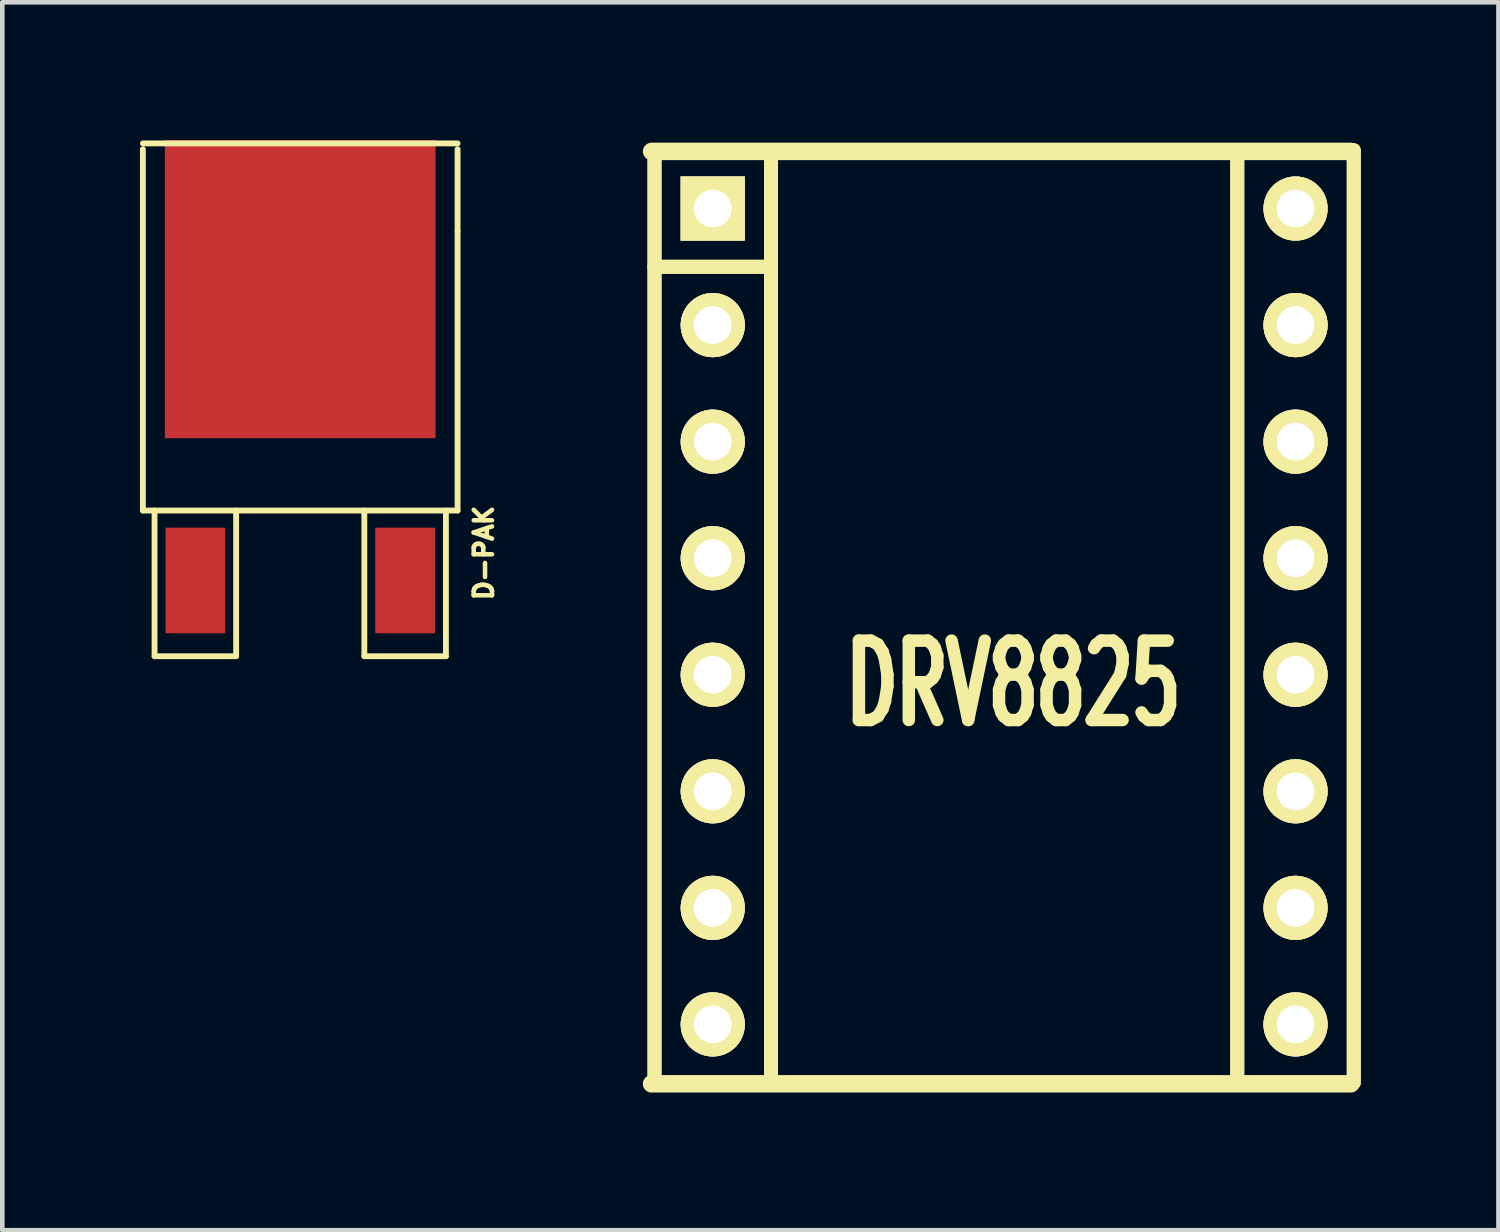
<source format=kicad_pcb>
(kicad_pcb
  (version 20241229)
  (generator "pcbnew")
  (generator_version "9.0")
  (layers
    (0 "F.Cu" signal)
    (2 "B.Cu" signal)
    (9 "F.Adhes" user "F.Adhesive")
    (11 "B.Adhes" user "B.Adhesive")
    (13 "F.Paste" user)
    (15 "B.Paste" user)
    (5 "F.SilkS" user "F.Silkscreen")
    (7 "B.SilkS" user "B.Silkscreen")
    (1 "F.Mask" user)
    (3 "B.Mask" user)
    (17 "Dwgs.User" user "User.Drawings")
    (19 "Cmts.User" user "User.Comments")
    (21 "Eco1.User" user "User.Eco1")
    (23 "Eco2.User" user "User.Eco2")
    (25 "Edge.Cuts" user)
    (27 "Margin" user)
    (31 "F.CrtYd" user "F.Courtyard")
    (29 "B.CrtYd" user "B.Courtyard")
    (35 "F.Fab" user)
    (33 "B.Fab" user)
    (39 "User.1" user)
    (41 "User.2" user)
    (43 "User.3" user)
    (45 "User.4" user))
  (footprint "D-PAK"
    (layer "F.Cu")
    (at 3.493 3.25)
    (property "Reference" "D-PAK" (at 4 5.751 90) (layer "F.SilkS") (effects (font (size 0.399 0.399) (thickness 0.099))))
    (attr smd)
    (fp_line (start -3.429 -3.175) (end 3.429 -3.175) (stroke (width 0.127) (type solid)) (layer "F.SilkS"))
    (fp_line (start -3.429 4.826) (end -3.429 -3.048) (stroke (width 0.127) (type solid)) (layer "F.SilkS"))
    (fp_line (start -3.175 4.826) (end -3.175 8.001) (stroke (width 0.127) (type solid)) (layer "F.SilkS"))
    (fp_line (start -3.175 8.001) (end -1.397 8.001) (stroke (width 0.127) (type solid)) (layer "F.SilkS"))
    (fp_line (start -1.397 8.001) (end -1.397 4.826) (stroke (width 0.127) (type solid)) (layer "F.SilkS"))
    (fp_line (start 1.397 4.826) (end 1.397 8.001) (stroke (width 0.127) (type solid)) (layer "F.SilkS"))
    (fp_line (start 1.397 8.001) (end 3.175 8.001) (stroke (width 0.127) (type solid)) (layer "F.SilkS"))
    (fp_line (start 3.175 8.001) (end 3.175 4.826) (stroke (width 0.127) (type solid)) (layer "F.SilkS"))
    (fp_line (start 3.429 -3.048) (end 3.429 -1.27) (stroke (width 0.127) (type solid)) (layer "F.SilkS"))
    (fp_line (start 3.429 -1.27) (end 3.429 4.826) (stroke (width 0.127) (type solid)) (layer "F.SilkS"))
    (fp_line (start 3.429 4.826) (end -3.429 4.826) (stroke (width 0.127) (type solid)) (layer "F.SilkS"))
    (pad "D" smd rect (at 0 0) (size 5.9 6.5) (layers "F.Cu" "F.Mask" "F.Paste"))
    (pad "G" smd rect (at -2.286 6.35) (size 1.3 2.301) (layers "F.Cu" "F.Mask" "F.Paste"))
    (pad "S" smd rect (at 2.286 6.35) (size 1.3 2.301) (layers "F.Cu" "F.Mask" "F.Paste")))
  (footprint "DRV8825"
    (layer "F.Cu")
    (at 11.15 0.25)
    (property "Reference" "DRV8825" (at 7.883 11.605 0) (layer "F.SilkS") (effects (font (size 1.73 1.087) (thickness 0.272))))
    (attr through_hole)
    (fp_line (start 0 0) (end 15.24 0) (stroke (width 0.381) (type solid)) (layer "F.SilkS"))
    (fp_line (start 0 20.32) (end 15.24 20.32) (stroke (width 0.381) (type solid)) (layer "F.SilkS"))
    (fp_line (start 0.064 2.515) (end 2.603 2.515) (stroke (width 0.305) (type solid)) (layer "F.SilkS"))
    (fp_line (start 0.064 2.515) (end 2.603 2.515) (stroke (width 0.305) (type solid)) (layer "F.SilkS"))
    (fp_line (start 0.064 20.295) (end 0.064 -0.025) (stroke (width 0.305) (type solid)) (layer "F.SilkS"))
    (fp_line (start 0.064 20.295) (end 0.064 -0.025) (stroke (width 0.305) (type solid)) (layer "F.SilkS"))
    (fp_line (start 2.603 -0.025) (end 2.603 20.295) (stroke (width 0.305) (type solid)) (layer "F.SilkS"))
    (fp_line (start 2.603 -0.025) (end 2.603 20.295) (stroke (width 0.305) (type solid)) (layer "F.SilkS"))
    (fp_line (start 12.764 20.295) (end 12.764 -0.025) (stroke (width 0.305) (type solid)) (layer "F.SilkS"))
    (fp_line (start 12.764 20.295) (end 12.764 -0.025) (stroke (width 0.305) (type solid)) (layer "F.SilkS"))
    (fp_line (start 15.303 -0.025) (end 15.303 20.295) (stroke (width 0.305) (type solid)) (layer "F.SilkS"))
    (fp_line (start 15.303 -0.025) (end 15.303 20.295) (stroke (width 0.305) (type solid)) (layer "F.SilkS"))
    (pad "1" thru_hole rect (at 1.333 1.245 270) (size 1.397 1.397) (drill 0.813) (layers "*.Cu" "*.Mask" "F.SilkS"))
    (pad "1" thru_hole rect (at 1.333 1.245 270) (size 1.397 1.397) (drill 0.813) (layers "*.Cu" "*.Mask" "F.SilkS"))
    (pad "2" thru_hole circle (at 1.333 3.785 270) (size 1.397 1.397) (drill 0.813) (layers "*.Cu" "*.Mask" "F.SilkS"))
    (pad "2" thru_hole circle (at 1.333 3.785 270) (size 1.397 1.397) (drill 0.813) (layers "*.Cu" "*.Mask" "F.SilkS"))
    (pad "3" thru_hole circle (at 1.333 6.325 270) (size 1.397 1.397) (drill 0.813) (layers "*.Cu" "*.Mask" "F.SilkS"))
    (pad "3" thru_hole circle (at 1.333 6.325 270) (size 1.397 1.397) (drill 0.813) (layers "*.Cu" "*.Mask" "F.SilkS"))
    (pad "4" thru_hole circle (at 1.333 8.865 270) (size 1.397 1.397) (drill 0.813) (layers "*.Cu" "*.Mask" "F.SilkS"))
    (pad "4" thru_hole circle (at 1.333 8.865 270) (size 1.397 1.397) (drill 0.813) (layers "*.Cu" "*.Mask" "F.SilkS"))
    (pad "5" thru_hole circle (at 1.333 11.405 270) (size 1.397 1.397) (drill 0.813) (layers "*.Cu" "*.Mask" "F.SilkS"))
    (pad "5" thru_hole circle (at 1.333 11.405 270) (size 1.397 1.397) (drill 0.813) (layers "*.Cu" "*.Mask" "F.SilkS"))
    (pad "6" thru_hole circle (at 1.333 13.945 270) (size 1.397 1.397) (drill 0.813) (layers "*.Cu" "*.Mask" "F.SilkS"))
    (pad "6" thru_hole circle (at 1.333 13.945 270) (size 1.397 1.397) (drill 0.813) (layers "*.Cu" "*.Mask" "F.SilkS"))
    (pad "7" thru_hole circle (at 1.333 16.485 270) (size 1.397 1.397) (drill 0.813) (layers "*.Cu" "*.Mask" "F.SilkS"))
    (pad "7" thru_hole circle (at 1.333 16.485 270) (size 1.397 1.397) (drill 0.813) (layers "*.Cu" "*.Mask" "F.SilkS"))
    (pad "8" thru_hole circle (at 1.333 19.025 270) (size 1.397 1.397) (drill 0.813) (layers "*.Cu" "*.Mask" "F.SilkS"))
    (pad "8" thru_hole circle (at 1.333 19.025 270) (size 1.397 1.397) (drill 0.813) (layers "*.Cu" "*.Mask" "F.SilkS"))
    (pad "9" thru_hole circle (at 14.034 19.025 270) (size 1.397 1.397) (drill 0.813) (layers "*.Cu" "*.Mask" "F.SilkS"))
    (pad "9" thru_hole circle (at 14.034 19.025 270) (size 1.397 1.397) (drill 0.813) (layers "*.Cu" "*.Mask" "F.SilkS"))
    (pad "10" thru_hole circle (at 14.034 16.485 270) (size 1.397 1.397) (drill 0.813) (layers "*.Cu" "*.Mask" "F.SilkS"))
    (pad "10" thru_hole circle (at 14.034 16.485 270) (size 1.397 1.397) (drill 0.813) (layers "*.Cu" "*.Mask" "F.SilkS"))
    (pad "11" thru_hole circle (at 14.034 13.945 270) (size 1.397 1.397) (drill 0.813) (layers "*.Cu" "*.Mask" "F.SilkS"))
    (pad "11" thru_hole circle (at 14.034 13.945 270) (size 1.397 1.397) (drill 0.813) (layers "*.Cu" "*.Mask" "F.SilkS"))
    (pad "12" thru_hole circle (at 14.034 11.405 270) (size 1.397 1.397) (drill 0.813) (layers "*.Cu" "*.Mask" "F.SilkS"))
    (pad "12" thru_hole circle (at 14.034 11.405 270) (size 1.397 1.397) (drill 0.813) (layers "*.Cu" "*.Mask" "F.SilkS"))
    (pad "13" thru_hole circle (at 14.034 8.865 270) (size 1.397 1.397) (drill 0.813) (layers "*.Cu" "*.Mask" "F.SilkS"))
    (pad "13" thru_hole circle (at 14.034 8.865 270) (size 1.397 1.397) (drill 0.813) (layers "*.Cu" "*.Mask" "F.SilkS"))
    (pad "14" thru_hole circle (at 14.034 6.325 270) (size 1.397 1.397) (drill 0.813) (layers "*.Cu" "*.Mask" "F.SilkS"))
    (pad "14" thru_hole circle (at 14.034 6.325 270) (size 1.397 1.397) (drill 0.813) (layers "*.Cu" "*.Mask" "F.SilkS"))
    (pad "15" thru_hole circle (at 14.034 3.785 270) (size 1.397 1.397) (drill 0.813) (layers "*.Cu" "*.Mask" "F.SilkS"))
    (pad "15" thru_hole circle (at 14.034 3.785 270) (size 1.397 1.397) (drill 0.813) (layers "*.Cu" "*.Mask" "F.SilkS"))
    (pad "16" thru_hole circle (at 14.034 1.245 270) (size 1.397 1.397) (drill 0.813) (layers "*.Cu" "*.Mask" "F.SilkS"))
    (pad "16" thru_hole circle (at 14.034 1.245 270) (size 1.397 1.397) (drill 0.813) (layers "*.Cu" "*.Mask" "F.SilkS")))
  (gr_rect
    (start -3 -3)
    (end 29.606 23.761)
    (stroke (width 0.1) (type default))
    (fill no)
    (layer "Edge.Cuts")))
</source>
